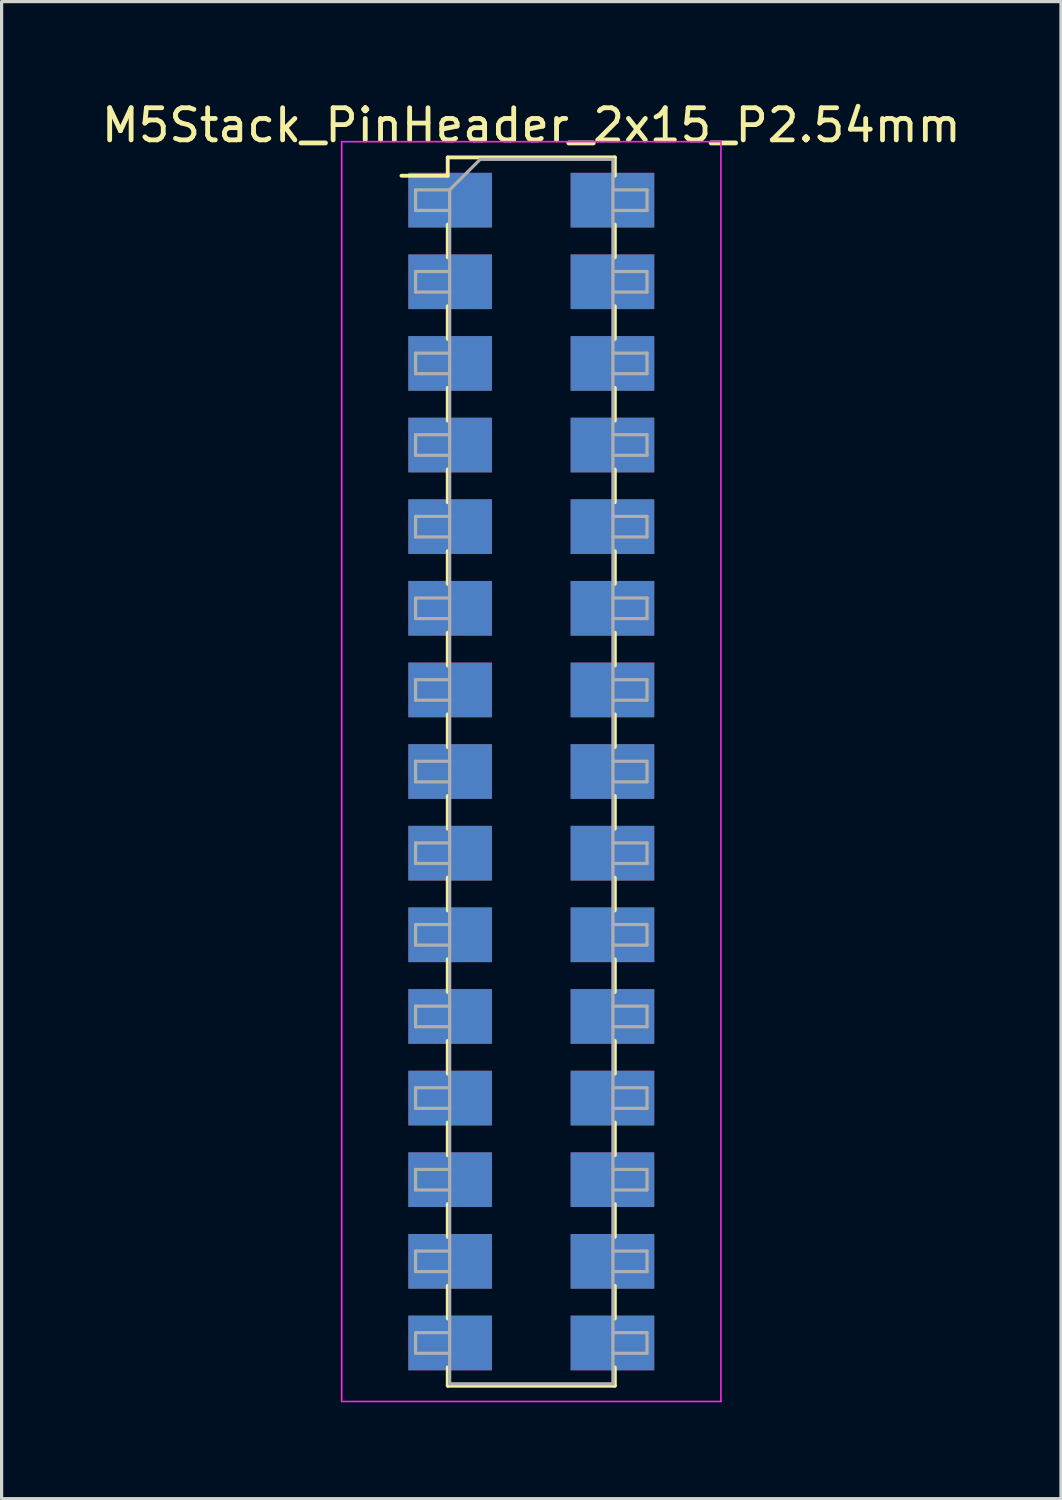
<source format=kicad_pcb>
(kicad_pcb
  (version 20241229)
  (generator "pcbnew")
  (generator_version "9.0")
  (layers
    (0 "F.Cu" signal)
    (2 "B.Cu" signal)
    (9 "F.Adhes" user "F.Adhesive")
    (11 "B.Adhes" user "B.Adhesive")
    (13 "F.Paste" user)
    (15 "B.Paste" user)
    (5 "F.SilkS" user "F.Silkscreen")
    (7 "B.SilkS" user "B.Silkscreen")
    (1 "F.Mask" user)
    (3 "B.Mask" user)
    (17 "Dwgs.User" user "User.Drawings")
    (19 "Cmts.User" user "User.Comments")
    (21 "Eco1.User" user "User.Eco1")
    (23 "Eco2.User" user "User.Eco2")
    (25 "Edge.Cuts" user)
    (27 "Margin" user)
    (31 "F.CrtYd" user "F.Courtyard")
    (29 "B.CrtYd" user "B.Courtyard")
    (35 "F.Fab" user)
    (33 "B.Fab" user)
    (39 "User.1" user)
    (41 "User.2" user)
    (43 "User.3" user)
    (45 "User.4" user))
  (footprint "M5Stack_PinHeader_2x15_P2.54mm"
    (layer "F.Cu")
    (at 13.482 20.958)
    (property "Reference" "M5Stack_PinHeader_2x15_P2.54mm" (at 0 -20.11 0) (layer "F.SilkS") (effects (font (size 1 1) (thickness 0.15))))
    (attr smd)
    (fp_line (start -4.04 -18.54) (end -2.6 -18.54) (stroke (width 0.12) (type solid)) (layer "F.SilkS"))
    (fp_line (start -2.6 -19.11) (end -2.6 -18.54) (stroke (width 0.12) (type solid)) (layer "F.SilkS"))
    (fp_line (start -2.6 -19.11) (end 2.6 -19.11) (stroke (width 0.12) (type solid)) (layer "F.SilkS"))
    (fp_line (start -2.6 -17.02) (end -2.6 -16) (stroke (width 0.12) (type solid)) (layer "F.SilkS"))
    (fp_line (start -2.6 -14.48) (end -2.6 -13.46) (stroke (width 0.12) (type solid)) (layer "F.SilkS"))
    (fp_line (start -2.6 -11.94) (end -2.6 -10.92) (stroke (width 0.12) (type solid)) (layer "F.SilkS"))
    (fp_line (start -2.6 -9.4) (end -2.6 -8.38) (stroke (width 0.12) (type solid)) (layer "F.SilkS"))
    (fp_line (start -2.6 -6.86) (end -2.6 -5.84) (stroke (width 0.12) (type solid)) (layer "F.SilkS"))
    (fp_line (start -2.6 -4.32) (end -2.6 -3.3) (stroke (width 0.12) (type solid)) (layer "F.SilkS"))
    (fp_line (start -2.6 -1.78) (end -2.6 -0.76) (stroke (width 0.12) (type solid)) (layer "F.SilkS"))
    (fp_line (start -2.6 0.76) (end -2.6 1.78) (stroke (width 0.12) (type solid)) (layer "F.SilkS"))
    (fp_line (start -2.6 3.3) (end -2.6 4.32) (stroke (width 0.12) (type solid)) (layer "F.SilkS"))
    (fp_line (start -2.6 5.84) (end -2.6 6.86) (stroke (width 0.12) (type solid)) (layer "F.SilkS"))
    (fp_line (start -2.6 8.38) (end -2.6 9.4) (stroke (width 0.12) (type solid)) (layer "F.SilkS"))
    (fp_line (start -2.6 10.92) (end -2.6 11.94) (stroke (width 0.12) (type solid)) (layer "F.SilkS"))
    (fp_line (start -2.6 13.46) (end -2.6 14.48) (stroke (width 0.12) (type solid)) (layer "F.SilkS"))
    (fp_line (start -2.6 16) (end -2.6 17.02) (stroke (width 0.12) (type solid)) (layer "F.SilkS"))
    (fp_line (start -2.6 18.54) (end -2.6 19.11) (stroke (width 0.12) (type solid)) (layer "F.SilkS"))
    (fp_line (start -2.6 19.11) (end 2.6 19.11) (stroke (width 0.12) (type solid)) (layer "F.SilkS"))
    (fp_line (start 2.6 -19.11) (end 2.6 -18.54) (stroke (width 0.12) (type solid)) (layer "F.SilkS"))
    (fp_line (start 2.6 -17.02) (end 2.6 -16) (stroke (width 0.12) (type solid)) (layer "F.SilkS"))
    (fp_line (start 2.6 -14.48) (end 2.6 -13.46) (stroke (width 0.12) (type solid)) (layer "F.SilkS"))
    (fp_line (start 2.6 -11.94) (end 2.6 -10.92) (stroke (width 0.12) (type solid)) (layer "F.SilkS"))
    (fp_line (start 2.6 -9.4) (end 2.6 -8.38) (stroke (width 0.12) (type solid)) (layer "F.SilkS"))
    (fp_line (start 2.6 -6.86) (end 2.6 -5.84) (stroke (width 0.12) (type solid)) (layer "F.SilkS"))
    (fp_line (start 2.6 -4.32) (end 2.6 -3.3) (stroke (width 0.12) (type solid)) (layer "F.SilkS"))
    (fp_line (start 2.6 -1.78) (end 2.6 -0.76) (stroke (width 0.12) (type solid)) (layer "F.SilkS"))
    (fp_line (start 2.6 0.76) (end 2.6 1.78) (stroke (width 0.12) (type solid)) (layer "F.SilkS"))
    (fp_line (start 2.6 3.3) (end 2.6 4.32) (stroke (width 0.12) (type solid)) (layer "F.SilkS"))
    (fp_line (start 2.6 5.84) (end 2.6 6.86) (stroke (width 0.12) (type solid)) (layer "F.SilkS"))
    (fp_line (start 2.6 8.38) (end 2.6 9.4) (stroke (width 0.12) (type solid)) (layer "F.SilkS"))
    (fp_line (start 2.6 10.92) (end 2.6 11.94) (stroke (width 0.12) (type solid)) (layer "F.SilkS"))
    (fp_line (start 2.6 13.46) (end 2.6 14.48) (stroke (width 0.12) (type solid)) (layer "F.SilkS"))
    (fp_line (start 2.6 16) (end 2.6 17.02) (stroke (width 0.12) (type solid)) (layer "F.SilkS"))
    (fp_line (start 2.6 18.54) (end 2.6 19.11) (stroke (width 0.12) (type solid)) (layer "F.SilkS"))
    (fp_line (start -5.9 -19.6) (end -5.9 19.6) (stroke (width 0.05) (type solid)) (layer "F.CrtYd"))
    (fp_line (start -5.9 19.6) (end 5.9 19.6) (stroke (width 0.05) (type solid)) (layer "F.CrtYd"))
    (fp_line (start 5.9 -19.6) (end -5.9 -19.6) (stroke (width 0.05) (type solid)) (layer "F.CrtYd"))
    (fp_line (start 5.9 19.6) (end 5.9 -19.6) (stroke (width 0.05) (type solid)) (layer "F.CrtYd"))
    (fp_line (start -3.6 -18.1) (end -3.6 -17.46) (stroke (width 0.1) (type solid)) (layer "F.Fab"))
    (fp_line (start -3.6 -17.46) (end -2.54 -17.46) (stroke (width 0.1) (type solid)) (layer "F.Fab"))
    (fp_line (start -3.6 -15.56) (end -3.6 -14.92) (stroke (width 0.1) (type solid)) (layer "F.Fab"))
    (fp_line (start -3.6 -14.92) (end -2.54 -14.92) (stroke (width 0.1) (type solid)) (layer "F.Fab"))
    (fp_line (start -3.6 -13.02) (end -3.6 -12.38) (stroke (width 0.1) (type solid)) (layer "F.Fab"))
    (fp_line (start -3.6 -12.38) (end -2.54 -12.38) (stroke (width 0.1) (type solid)) (layer "F.Fab"))
    (fp_line (start -3.6 -10.48) (end -3.6 -9.84) (stroke (width 0.1) (type solid)) (layer "F.Fab"))
    (fp_line (start -3.6 -9.84) (end -2.54 -9.84) (stroke (width 0.1) (type solid)) (layer "F.Fab"))
    (fp_line (start -3.6 -7.94) (end -3.6 -7.3) (stroke (width 0.1) (type solid)) (layer "F.Fab"))
    (fp_line (start -3.6 -7.3) (end -2.54 -7.3) (stroke (width 0.1) (type solid)) (layer "F.Fab"))
    (fp_line (start -3.6 -5.4) (end -3.6 -4.76) (stroke (width 0.1) (type solid)) (layer "F.Fab"))
    (fp_line (start -3.6 -4.76) (end -2.54 -4.76) (stroke (width 0.1) (type solid)) (layer "F.Fab"))
    (fp_line (start -3.6 -2.86) (end -3.6 -2.22) (stroke (width 0.1) (type solid)) (layer "F.Fab"))
    (fp_line (start -3.6 -2.22) (end -2.54 -2.22) (stroke (width 0.1) (type solid)) (layer "F.Fab"))
    (fp_line (start -3.6 -0.32) (end -3.6 0.32) (stroke (width 0.1) (type solid)) (layer "F.Fab"))
    (fp_line (start -3.6 0.32) (end -2.54 0.32) (stroke (width 0.1) (type solid)) (layer "F.Fab"))
    (fp_line (start -3.6 2.22) (end -3.6 2.86) (stroke (width 0.1) (type solid)) (layer "F.Fab"))
    (fp_line (start -3.6 2.86) (end -2.54 2.86) (stroke (width 0.1) (type solid)) (layer "F.Fab"))
    (fp_line (start -3.6 4.76) (end -3.6 5.4) (stroke (width 0.1) (type solid)) (layer "F.Fab"))
    (fp_line (start -3.6 5.4) (end -2.54 5.4) (stroke (width 0.1) (type solid)) (layer "F.Fab"))
    (fp_line (start -3.6 7.3) (end -3.6 7.94) (stroke (width 0.1) (type solid)) (layer "F.Fab"))
    (fp_line (start -3.6 7.94) (end -2.54 7.94) (stroke (width 0.1) (type solid)) (layer "F.Fab"))
    (fp_line (start -3.6 9.84) (end -3.6 10.48) (stroke (width 0.1) (type solid)) (layer "F.Fab"))
    (fp_line (start -3.6 10.48) (end -2.54 10.48) (stroke (width 0.1) (type solid)) (layer "F.Fab"))
    (fp_line (start -3.6 12.38) (end -3.6 13.02) (stroke (width 0.1) (type solid)) (layer "F.Fab"))
    (fp_line (start -3.6 13.02) (end -2.54 13.02) (stroke (width 0.1) (type solid)) (layer "F.Fab"))
    (fp_line (start -3.6 14.92) (end -3.6 15.56) (stroke (width 0.1) (type solid)) (layer "F.Fab"))
    (fp_line (start -3.6 15.56) (end -2.54 15.56) (stroke (width 0.1) (type solid)) (layer "F.Fab"))
    (fp_line (start -3.6 17.46) (end -3.6 18.1) (stroke (width 0.1) (type solid)) (layer "F.Fab"))
    (fp_line (start -3.6 18.1) (end -2.54 18.1) (stroke (width 0.1) (type solid)) (layer "F.Fab"))
    (fp_line (start -2.54 -18.1) (end -3.6 -18.1) (stroke (width 0.1) (type solid)) (layer "F.Fab"))
    (fp_line (start -2.54 -18.1) (end -1.59 -19.05) (stroke (width 0.1) (type solid)) (layer "F.Fab"))
    (fp_line (start -2.54 -15.56) (end -3.6 -15.56) (stroke (width 0.1) (type solid)) (layer "F.Fab"))
    (fp_line (start -2.54 -13.02) (end -3.6 -13.02) (stroke (width 0.1) (type solid)) (layer "F.Fab"))
    (fp_line (start -2.54 -10.48) (end -3.6 -10.48) (stroke (width 0.1) (type solid)) (layer "F.Fab"))
    (fp_line (start -2.54 -7.94) (end -3.6 -7.94) (stroke (width 0.1) (type solid)) (layer "F.Fab"))
    (fp_line (start -2.54 -5.4) (end -3.6 -5.4) (stroke (width 0.1) (type solid)) (layer "F.Fab"))
    (fp_line (start -2.54 -2.86) (end -3.6 -2.86) (stroke (width 0.1) (type solid)) (layer "F.Fab"))
    (fp_line (start -2.54 -0.32) (end -3.6 -0.32) (stroke (width 0.1) (type solid)) (layer "F.Fab"))
    (fp_line (start -2.54 2.22) (end -3.6 2.22) (stroke (width 0.1) (type solid)) (layer "F.Fab"))
    (fp_line (start -2.54 4.76) (end -3.6 4.76) (stroke (width 0.1) (type solid)) (layer "F.Fab"))
    (fp_line (start -2.54 7.3) (end -3.6 7.3) (stroke (width 0.1) (type solid)) (layer "F.Fab"))
    (fp_line (start -2.54 9.84) (end -3.6 9.84) (stroke (width 0.1) (type solid)) (layer "F.Fab"))
    (fp_line (start -2.54 12.38) (end -3.6 12.38) (stroke (width 0.1) (type solid)) (layer "F.Fab"))
    (fp_line (start -2.54 14.92) (end -3.6 14.92) (stroke (width 0.1) (type solid)) (layer "F.Fab"))
    (fp_line (start -2.54 17.46) (end -3.6 17.46) (stroke (width 0.1) (type solid)) (layer "F.Fab"))
    (fp_line (start -2.54 19.05) (end -2.54 -18.1) (stroke (width 0.1) (type solid)) (layer "F.Fab"))
    (fp_line (start -1.59 -19.05) (end 2.54 -19.05) (stroke (width 0.1) (type solid)) (layer "F.Fab"))
    (fp_line (start 2.54 -19.05) (end 2.54 19.05) (stroke (width 0.1) (type solid)) (layer "F.Fab"))
    (fp_line (start 2.54 -18.1) (end 3.6 -18.1) (stroke (width 0.1) (type solid)) (layer "F.Fab"))
    (fp_line (start 2.54 -15.56) (end 3.6 -15.56) (stroke (width 0.1) (type solid)) (layer "F.Fab"))
    (fp_line (start 2.54 -13.02) (end 3.6 -13.02) (stroke (width 0.1) (type solid)) (layer "F.Fab"))
    (fp_line (start 2.54 -10.48) (end 3.6 -10.48) (stroke (width 0.1) (type solid)) (layer "F.Fab"))
    (fp_line (start 2.54 -7.94) (end 3.6 -7.94) (stroke (width 0.1) (type solid)) (layer "F.Fab"))
    (fp_line (start 2.54 -5.4) (end 3.6 -5.4) (stroke (width 0.1) (type solid)) (layer "F.Fab"))
    (fp_line (start 2.54 -2.86) (end 3.6 -2.86) (stroke (width 0.1) (type solid)) (layer "F.Fab"))
    (fp_line (start 2.54 -0.32) (end 3.6 -0.32) (stroke (width 0.1) (type solid)) (layer "F.Fab"))
    (fp_line (start 2.54 2.22) (end 3.6 2.22) (stroke (width 0.1) (type solid)) (layer "F.Fab"))
    (fp_line (start 2.54 4.76) (end 3.6 4.76) (stroke (width 0.1) (type solid)) (layer "F.Fab"))
    (fp_line (start 2.54 7.3) (end 3.6 7.3) (stroke (width 0.1) (type solid)) (layer "F.Fab"))
    (fp_line (start 2.54 9.84) (end 3.6 9.84) (stroke (width 0.1) (type solid)) (layer "F.Fab"))
    (fp_line (start 2.54 12.38) (end 3.6 12.38) (stroke (width 0.1) (type solid)) (layer "F.Fab"))
    (fp_line (start 2.54 14.92) (end 3.6 14.92) (stroke (width 0.1) (type solid)) (layer "F.Fab"))
    (fp_line (start 2.54 17.46) (end 3.6 17.46) (stroke (width 0.1) (type solid)) (layer "F.Fab"))
    (fp_line (start 2.54 19.05) (end -2.54 19.05) (stroke (width 0.1) (type solid)) (layer "F.Fab"))
    (fp_line (start 3.6 -18.1) (end 3.6 -17.46) (stroke (width 0.1) (type solid)) (layer "F.Fab"))
    (fp_line (start 3.6 -17.46) (end 2.54 -17.46) (stroke (width 0.1) (type solid)) (layer "F.Fab"))
    (fp_line (start 3.6 -15.56) (end 3.6 -14.92) (stroke (width 0.1) (type solid)) (layer "F.Fab"))
    (fp_line (start 3.6 -14.92) (end 2.54 -14.92) (stroke (width 0.1) (type solid)) (layer "F.Fab"))
    (fp_line (start 3.6 -13.02) (end 3.6 -12.38) (stroke (width 0.1) (type solid)) (layer "F.Fab"))
    (fp_line (start 3.6 -12.38) (end 2.54 -12.38) (stroke (width 0.1) (type solid)) (layer "F.Fab"))
    (fp_line (start 3.6 -10.48) (end 3.6 -9.84) (stroke (width 0.1) (type solid)) (layer "F.Fab"))
    (fp_line (start 3.6 -9.84) (end 2.54 -9.84) (stroke (width 0.1) (type solid)) (layer "F.Fab"))
    (fp_line (start 3.6 -7.94) (end 3.6 -7.3) (stroke (width 0.1) (type solid)) (layer "F.Fab"))
    (fp_line (start 3.6 -7.3) (end 2.54 -7.3) (stroke (width 0.1) (type solid)) (layer "F.Fab"))
    (fp_line (start 3.6 -5.4) (end 3.6 -4.76) (stroke (width 0.1) (type solid)) (layer "F.Fab"))
    (fp_line (start 3.6 -4.76) (end 2.54 -4.76) (stroke (width 0.1) (type solid)) (layer "F.Fab"))
    (fp_line (start 3.6 -2.86) (end 3.6 -2.22) (stroke (width 0.1) (type solid)) (layer "F.Fab"))
    (fp_line (start 3.6 -2.22) (end 2.54 -2.22) (stroke (width 0.1) (type solid)) (layer "F.Fab"))
    (fp_line (start 3.6 -0.32) (end 3.6 0.32) (stroke (width 0.1) (type solid)) (layer "F.Fab"))
    (fp_line (start 3.6 0.32) (end 2.54 0.32) (stroke (width 0.1) (type solid)) (layer "F.Fab"))
    (fp_line (start 3.6 2.22) (end 3.6 2.86) (stroke (width 0.1) (type solid)) (layer "F.Fab"))
    (fp_line (start 3.6 2.86) (end 2.54 2.86) (stroke (width 0.1) (type solid)) (layer "F.Fab"))
    (fp_line (start 3.6 4.76) (end 3.6 5.4) (stroke (width 0.1) (type solid)) (layer "F.Fab"))
    (fp_line (start 3.6 5.4) (end 2.54 5.4) (stroke (width 0.1) (type solid)) (layer "F.Fab"))
    (fp_line (start 3.6 7.3) (end 3.6 7.94) (stroke (width 0.1) (type solid)) (layer "F.Fab"))
    (fp_line (start 3.6 7.94) (end 2.54 7.94) (stroke (width 0.1) (type solid)) (layer "F.Fab"))
    (fp_line (start 3.6 9.84) (end 3.6 10.48) (stroke (width 0.1) (type solid)) (layer "F.Fab"))
    (fp_line (start 3.6 10.48) (end 2.54 10.48) (stroke (width 0.1) (type solid)) (layer "F.Fab"))
    (fp_line (start 3.6 12.38) (end 3.6 13.02) (stroke (width 0.1) (type solid)) (layer "F.Fab"))
    (fp_line (start 3.6 13.02) (end 2.54 13.02) (stroke (width 0.1) (type solid)) (layer "F.Fab"))
    (fp_line (start 3.6 14.92) (end 3.6 15.56) (stroke (width 0.1) (type solid)) (layer "F.Fab"))
    (fp_line (start 3.6 15.56) (end 2.54 15.56) (stroke (width 0.1) (type solid)) (layer "F.Fab"))
    (fp_line (start 3.6 17.46) (end 3.6 18.1) (stroke (width 0.1) (type solid)) (layer "F.Fab"))
    (fp_line (start 3.6 18.1) (end 2.54 18.1) (stroke (width 0.1) (type solid)) (layer "F.Fab"))
    (pad "1" smd rect (at -2.525 -17.78) (size 2.6 1.7) (layers "F.Cu" "F.Mask" "F.Paste"))
    (pad "1" smd rect (at -2.525 -17.78) (size 2.6 1.7) (layers "B.Cu" "B.Mask" "B.Paste"))
    (pad "2" smd rect (at 2.525 -17.78) (size 2.6 1.7) (layers "F.Cu" "F.Mask" "F.Paste"))
    (pad "2" smd rect (at 2.525 -17.78) (size 2.6 1.7) (layers "B.Cu" "B.Mask" "B.Paste"))
    (pad "3" smd rect (at -2.525 -15.24) (size 2.6 1.7) (layers "F.Cu" "F.Mask" "F.Paste"))
    (pad "3" smd rect (at -2.525 -15.24) (size 2.6 1.7) (layers "B.Cu" "B.Mask" "B.Paste"))
    (pad "4" smd rect (at 2.525 -15.24) (size 2.6 1.7) (layers "F.Cu" "F.Mask" "F.Paste"))
    (pad "4" smd rect (at 2.525 -15.24) (size 2.6 1.7) (layers "B.Cu" "B.Mask" "B.Paste"))
    (pad "5" smd rect (at -2.525 -12.7) (size 2.6 1.7) (layers "F.Cu" "F.Mask" "F.Paste"))
    (pad "5" smd rect (at -2.525 -12.7) (size 2.6 1.7) (layers "B.Cu" "B.Mask" "B.Paste"))
    (pad "6" smd rect (at 2.525 -12.7) (size 2.6 1.7) (layers "F.Cu" "F.Mask" "F.Paste"))
    (pad "6" smd rect (at 2.525 -12.7) (size 2.6 1.7) (layers "B.Cu" "B.Mask" "B.Paste"))
    (pad "7" smd rect (at -2.525 -10.16) (size 2.6 1.7) (layers "F.Cu" "F.Mask" "F.Paste"))
    (pad "7" smd rect (at -2.525 -10.16) (size 2.6 1.7) (layers "B.Cu" "B.Mask" "B.Paste"))
    (pad "8" smd rect (at 2.525 -10.16) (size 2.6 1.7) (layers "F.Cu" "F.Mask" "F.Paste"))
    (pad "8" smd rect (at 2.525 -10.16) (size 2.6 1.7) (layers "B.Cu" "B.Mask" "B.Paste"))
    (pad "9" smd rect (at -2.525 -7.62) (size 2.6 1.7) (layers "F.Cu" "F.Mask" "F.Paste"))
    (pad "9" smd rect (at -2.525 -7.62) (size 2.6 1.7) (layers "B.Cu" "B.Mask" "B.Paste"))
    (pad "10" smd rect (at 2.525 -7.62) (size 2.6 1.7) (layers "F.Cu" "F.Mask" "F.Paste"))
    (pad "10" smd rect (at 2.525 -7.62) (size 2.6 1.7) (layers "B.Cu" "B.Mask" "B.Paste"))
    (pad "11" smd rect (at -2.525 -5.08) (size 2.6 1.7) (layers "F.Cu" "F.Mask" "F.Paste"))
    (pad "11" smd rect (at -2.525 -5.08) (size 2.6 1.7) (layers "B.Cu" "B.Mask" "B.Paste"))
    (pad "12" smd rect (at 2.525 -5.08) (size 2.6 1.7) (layers "F.Cu" "F.Mask" "F.Paste"))
    (pad "12" smd rect (at 2.525 -5.08) (size 2.6 1.7) (layers "B.Cu" "B.Mask" "B.Paste"))
    (pad "13" smd rect (at -2.525 -2.54) (size 2.6 1.7) (layers "F.Cu" "F.Mask" "F.Paste"))
    (pad "13" smd rect (at -2.525 -2.54) (size 2.6 1.7) (layers "B.Cu" "B.Mask" "B.Paste"))
    (pad "14" smd rect (at 2.525 -2.54) (size 2.6 1.7) (layers "F.Cu" "F.Mask" "F.Paste"))
    (pad "14" smd rect (at 2.525 -2.54) (size 2.6 1.7) (layers "B.Cu" "B.Mask" "B.Paste"))
    (pad "15" smd rect (at -2.525 0) (size 2.6 1.7) (layers "F.Cu" "F.Mask" "F.Paste"))
    (pad "15" smd rect (at -2.525 0) (size 2.6 1.7) (layers "B.Cu" "B.Mask" "B.Paste"))
    (pad "16" smd rect (at 2.525 0) (size 2.6 1.7) (layers "F.Cu" "F.Mask" "F.Paste"))
    (pad "16" smd rect (at 2.525 0) (size 2.6 1.7) (layers "B.Cu" "B.Mask" "B.Paste"))
    (pad "17" smd rect (at -2.525 2.54) (size 2.6 1.7) (layers "F.Cu" "F.Mask" "F.Paste"))
    (pad "17" smd rect (at -2.525 2.54) (size 2.6 1.7) (layers "B.Cu" "B.Mask" "B.Paste"))
    (pad "18" smd rect (at 2.525 2.54) (size 2.6 1.7) (layers "F.Cu" "F.Mask" "F.Paste"))
    (pad "18" smd rect (at 2.525 2.54) (size 2.6 1.7) (layers "B.Cu" "B.Mask" "B.Paste"))
    (pad "19" smd rect (at -2.525 5.08) (size 2.6 1.7) (layers "F.Cu" "F.Mask" "F.Paste"))
    (pad "19" smd rect (at -2.525 5.08) (size 2.6 1.7) (layers "B.Cu" "B.Mask" "B.Paste"))
    (pad "20" smd rect (at 2.525 5.08) (size 2.6 1.7) (layers "F.Cu" "F.Mask" "F.Paste"))
    (pad "20" smd rect (at 2.525 5.08) (size 2.6 1.7) (layers "B.Cu" "B.Mask" "B.Paste"))
    (pad "21" smd rect (at -2.525 7.62) (size 2.6 1.7) (layers "F.Cu" "F.Mask" "F.Paste"))
    (pad "21" smd rect (at -2.525 7.62) (size 2.6 1.7) (layers "B.Cu" "B.Mask" "B.Paste"))
    (pad "22" smd rect (at 2.525 7.62) (size 2.6 1.7) (layers "F.Cu" "F.Mask" "F.Paste"))
    (pad "22" smd rect (at 2.525 7.62) (size 2.6 1.7) (layers "B.Cu" "B.Mask" "B.Paste"))
    (pad "23" smd rect (at -2.525 10.16) (size 2.6 1.7) (layers "F.Cu" "F.Mask" "F.Paste"))
    (pad "23" smd rect (at -2.525 10.16) (size 2.6 1.7) (layers "B.Cu" "B.Mask" "B.Paste"))
    (pad "24" smd rect (at 2.525 10.16) (size 2.6 1.7) (layers "F.Cu" "F.Mask" "F.Paste"))
    (pad "24" smd rect (at 2.525 10.16) (size 2.6 1.7) (layers "B.Cu" "B.Mask" "B.Paste"))
    (pad "25" smd rect (at -2.525 12.7) (size 2.6 1.7) (layers "F.Cu" "F.Mask" "F.Paste"))
    (pad "25" smd rect (at -2.525 12.7) (size 2.6 1.7) (layers "B.Cu" "B.Mask" "B.Paste"))
    (pad "26" smd rect (at 2.525 12.7) (size 2.6 1.7) (layers "F.Cu" "F.Mask" "F.Paste"))
    (pad "26" smd rect (at 2.525 12.7) (size 2.6 1.7) (layers "B.Cu" "B.Mask" "B.Paste"))
    (pad "27" smd rect (at -2.525 15.24) (size 2.6 1.7) (layers "F.Cu" "F.Mask" "F.Paste"))
    (pad "27" smd rect (at -2.525 15.24) (size 2.6 1.7) (layers "B.Cu" "B.Mask" "B.Paste"))
    (pad "28" smd rect (at 2.525 15.24) (size 2.6 1.7) (layers "F.Cu" "F.Mask" "F.Paste"))
    (pad "28" smd rect (at 2.525 15.24) (size 2.6 1.7) (layers "B.Cu" "B.Mask" "B.Paste"))
    (pad "29" smd rect (at -2.525 17.78) (size 2.6 1.7) (layers "F.Cu" "F.Mask" "F.Paste"))
    (pad "29" smd rect (at -2.525 17.78) (size 2.6 1.7) (layers "B.Cu" "B.Mask" "B.Paste"))
    (pad "30" smd rect (at 2.525 17.78) (size 2.6 1.7) (layers "F.Cu" "F.Mask" "F.Paste"))
    (pad "30" smd rect (at 2.525 17.78) (size 2.6 1.7) (layers "B.Cu" "B.Mask" "B.Paste")))
  (gr_rect
    (start -3 -3)
    (end 29.964 43.583)
    (stroke (width 0.1) (type default))
    (fill no)
    (layer "Edge.Cuts")))
</source>
